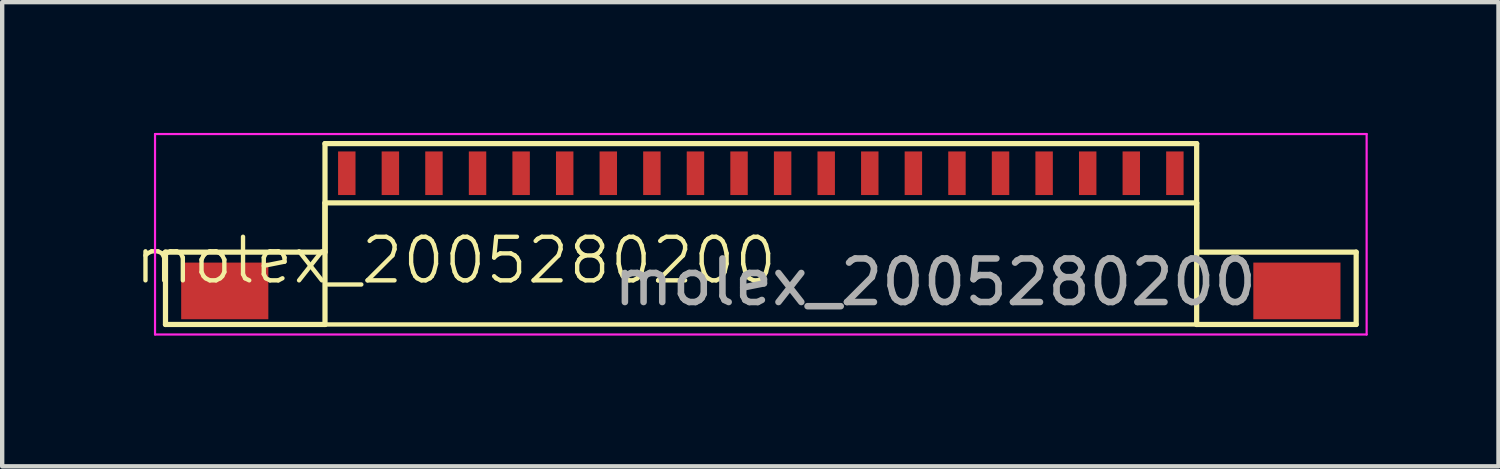
<source format=kicad_pcb>
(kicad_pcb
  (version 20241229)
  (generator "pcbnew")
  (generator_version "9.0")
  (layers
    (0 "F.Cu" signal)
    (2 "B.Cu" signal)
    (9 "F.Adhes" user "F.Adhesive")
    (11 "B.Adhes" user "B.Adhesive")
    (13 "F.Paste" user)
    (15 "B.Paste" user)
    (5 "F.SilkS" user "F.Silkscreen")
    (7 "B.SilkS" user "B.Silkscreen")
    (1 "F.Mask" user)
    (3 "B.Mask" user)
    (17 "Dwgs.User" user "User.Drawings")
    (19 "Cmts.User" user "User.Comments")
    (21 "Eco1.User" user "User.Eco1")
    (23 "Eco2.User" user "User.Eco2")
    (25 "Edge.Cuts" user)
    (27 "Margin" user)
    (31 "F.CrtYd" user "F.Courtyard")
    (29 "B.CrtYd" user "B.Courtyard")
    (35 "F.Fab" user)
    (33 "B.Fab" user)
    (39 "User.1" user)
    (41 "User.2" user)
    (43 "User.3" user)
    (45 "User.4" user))
  (footprint "molex_2005280200"
    (layer "F.Cu")
    (at 14.907 2.425)
    (property "Reference" "molex_2005280200" (at -7.5 0.5 0) (unlocked yes) (layer "F.SilkS") (effects (font (size 1 1) (thickness 0.1))))
    (attr smd)
    (fp_line (start -14.16 0.31) (end -10.5 0.31) (stroke (width 0.12) (type default)) (layer "F.SilkS"))
    (fp_line (start -14.16 1.97) (end -14.16 0.31) (stroke (width 0.12) (type default)) (layer "F.SilkS"))
    (fp_line (start -10.5 -2.18) (end 9.5 -2.18) (stroke (width 0.12) (type default)) (layer "F.SilkS"))
    (fp_line (start -10.5 -0.82) (end -10.5 1.97) (stroke (width 0.12) (type default)) (layer "F.SilkS"))
    (fp_line (start -10.5 -0.82) (end 9.5 -0.82) (stroke (width 0.12) (type default)) (layer "F.SilkS"))
    (fp_line (start -10.5 0.31) (end -10.5 -2.18) (stroke (width 0.12) (type default)) (layer "F.SilkS"))
    (fp_line (start -10.5 1.97) (end -14.16 1.97) (stroke (width 0.12) (type default)) (layer "F.SilkS"))
    (fp_line (start -10.5 1.97) (end 9.5 1.97) (stroke (width 0.1) (type default)) (layer "F.SilkS"))
    (fp_line (start 9.5 -0.82) (end 9.5 1.97) (stroke (width 0.12) (type default)) (layer "F.SilkS"))
    (fp_line (start 9.5 0.31) (end 9.5 -2.18) (stroke (width 0.12) (type default)) (layer "F.SilkS"))
    (fp_line (start 9.5 1.97) (end 13.16 1.97) (stroke (width 0.12) (type default)) (layer "F.SilkS"))
    (fp_line (start 13.16 0.31) (end 9.5 0.31) (stroke (width 0.12) (type default)) (layer "F.SilkS"))
    (fp_line (start 13.16 1.97) (end 13.16 0.31) (stroke (width 0.12) (type default)) (layer "F.SilkS"))
    (fp_line (start -14.4 -2.4) (end -14.4 2.2) (stroke (width 0.05) (type default)) (layer "F.CrtYd"))
    (fp_line (start -14.4 -2.4) (end 13.4 -2.4) (stroke (width 0.05) (type default)) (layer "F.CrtYd"))
    (fp_line (start -14.4 2.2) (end 13.4 2.2) (stroke (width 0.05) (type default)) (layer "F.CrtYd"))
    (fp_line (start 13.4 -2.4) (end 13.4 2.2) (stroke (width 0.05) (type default)) (layer "F.CrtYd"))
    (fp_text user "${REFERENCE}" (at 3.5 1 0) (unlocked yes) (layer "F.Fab") (effects (font (size 1 1) (thickness 0.15))))
    (pad "0" smd rect (at -12.8 1.2) (size 2 1.3) (layers "F.Cu" "F.Mask" "F.Paste"))
    (pad "0" smd rect (at 11.8 1.2) (size 2 1.3) (layers "F.Cu" "F.Mask" "F.Paste"))
    (pad "1" smd rect (at -10 -1.5) (size 0.4 1) (layers "F.Cu" "F.Mask" "F.Paste"))
    (pad "2" smd rect (at -9 -1.5) (size 0.4 1) (layers "F.Cu" "F.Mask" "F.Paste"))
    (pad "3" smd rect (at -8 -1.5) (size 0.4 1) (layers "F.Cu" "F.Mask" "F.Paste"))
    (pad "4" smd rect (at -7 -1.5) (size 0.4 1) (layers "F.Cu" "F.Mask" "F.Paste"))
    (pad "5" smd rect (at -6 -1.5) (size 0.4 1) (layers "F.Cu" "F.Mask" "F.Paste"))
    (pad "6" smd rect (at -5 -1.5) (size 0.4 1) (layers "F.Cu" "F.Mask" "F.Paste"))
    (pad "7" smd rect (at -4 -1.5) (size 0.4 1) (layers "F.Cu" "F.Mask" "F.Paste"))
    (pad "8" smd rect (at -3 -1.5) (size 0.4 1) (layers "F.Cu" "F.Mask" "F.Paste"))
    (pad "9" smd rect (at -2 -1.5) (size 0.4 1) (layers "F.Cu" "F.Mask" "F.Paste"))
    (pad "10" smd rect (at -1 -1.5) (size 0.4 1) (layers "F.Cu" "F.Mask" "F.Paste"))
    (pad "11" smd rect (at 0 -1.5) (size 0.4 1) (layers "F.Cu" "F.Mask" "F.Paste"))
    (pad "12" smd rect (at 1 -1.5) (size 0.4 1) (layers "F.Cu" "F.Mask" "F.Paste"))
    (pad "13" smd rect (at 2 -1.5) (size 0.4 1) (layers "F.Cu" "F.Mask" "F.Paste"))
    (pad "14" smd rect (at 3 -1.5) (size 0.4 1) (layers "F.Cu" "F.Mask" "F.Paste"))
    (pad "15" smd rect (at 4 -1.5) (size 0.4 1) (layers "F.Cu" "F.Mask" "F.Paste"))
    (pad "16" smd rect (at 5 -1.5) (size 0.4 1) (layers "F.Cu" "F.Mask" "F.Paste"))
    (pad "17" smd rect (at 6 -1.5) (size 0.4 1) (layers "F.Cu" "F.Mask" "F.Paste"))
    (pad "18" smd rect (at 7 -1.5) (size 0.4 1) (layers "F.Cu" "F.Mask" "F.Paste"))
    (pad "19" smd rect (at 8 -1.5) (size 0.4 1) (layers "F.Cu" "F.Mask" "F.Paste"))
    (pad "20" smd rect (at 9 -1.5) (size 0.4 1) (layers "F.Cu" "F.Mask" "F.Paste")))
  (gr_rect
    (start -3 -3)
    (end 31.332 7.65)
    (stroke (width 0.1) (type default))
    (fill no)
    (layer "Edge.Cuts")))
</source>
